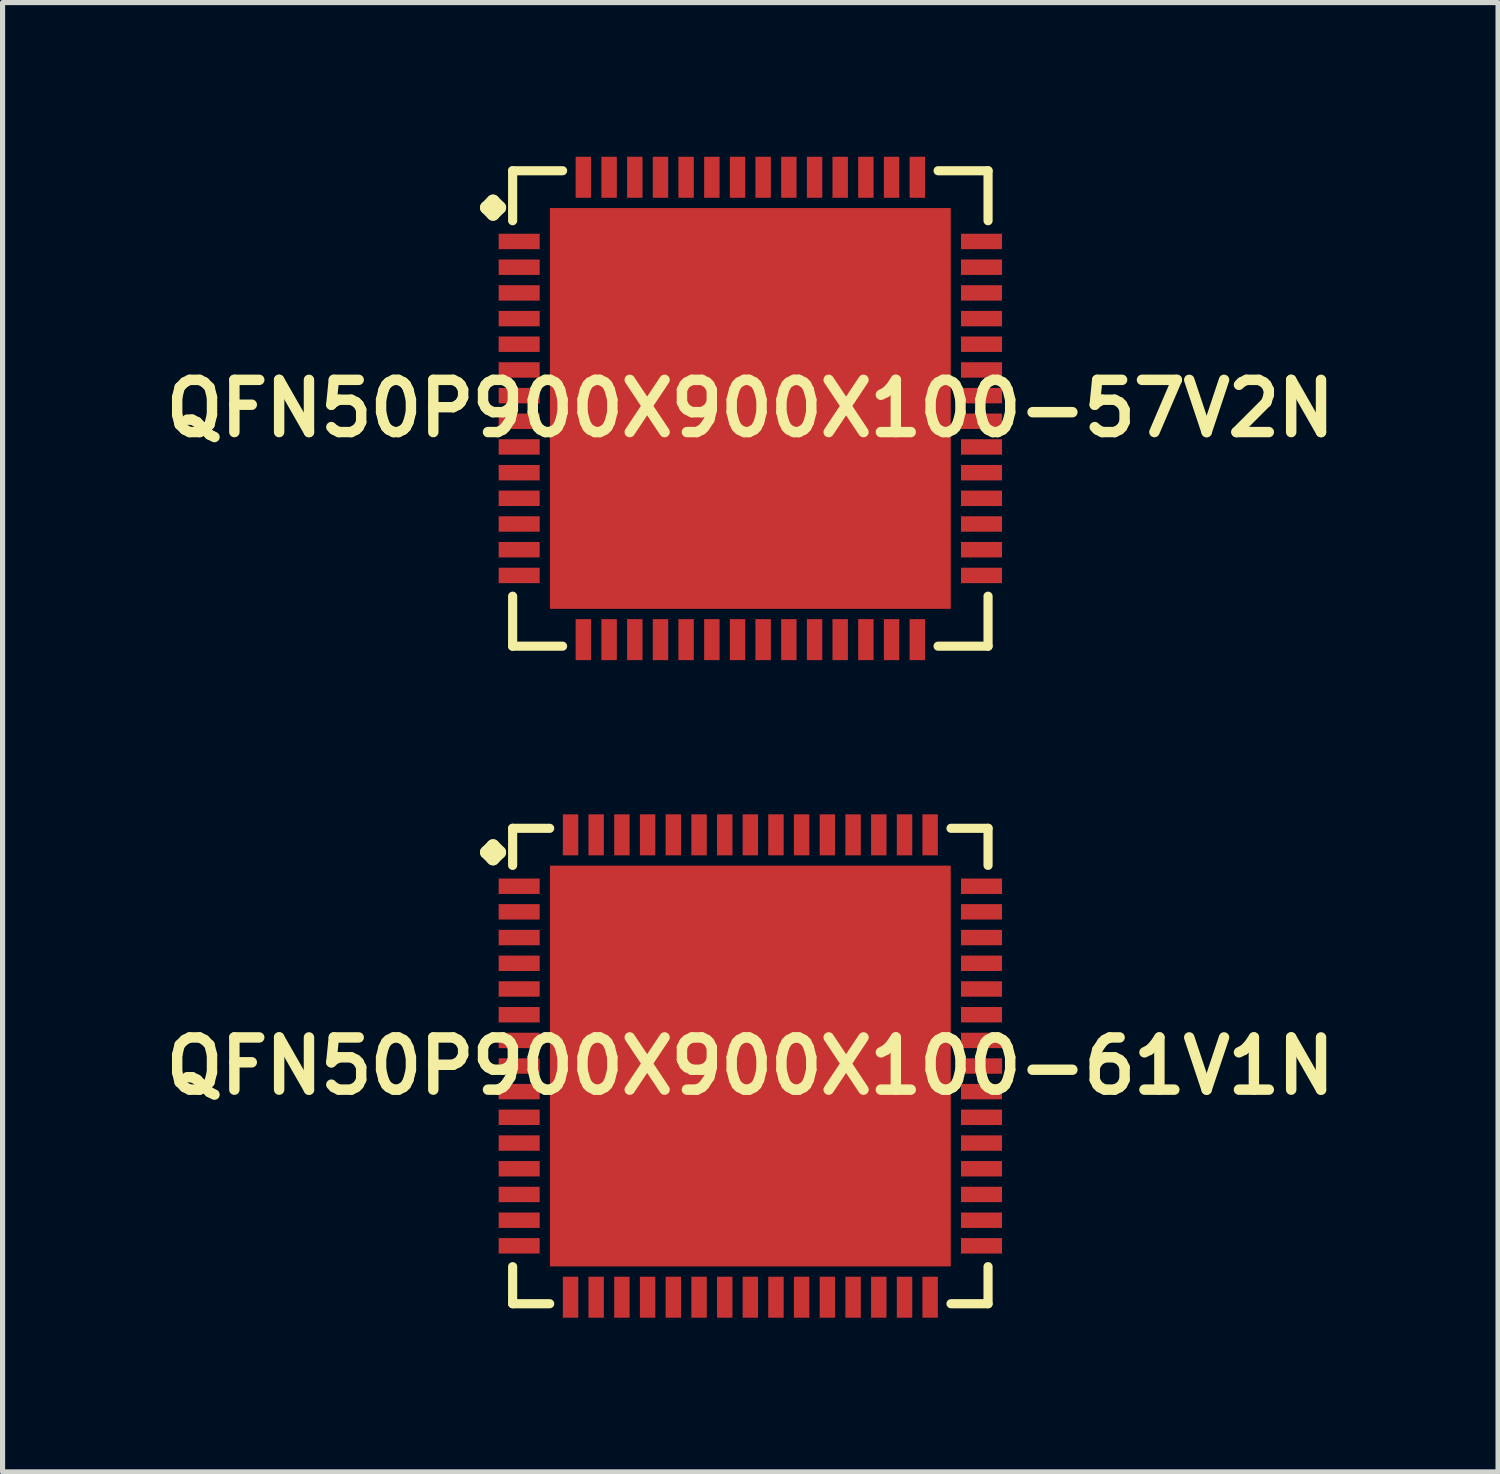
<source format=kicad_pcb>
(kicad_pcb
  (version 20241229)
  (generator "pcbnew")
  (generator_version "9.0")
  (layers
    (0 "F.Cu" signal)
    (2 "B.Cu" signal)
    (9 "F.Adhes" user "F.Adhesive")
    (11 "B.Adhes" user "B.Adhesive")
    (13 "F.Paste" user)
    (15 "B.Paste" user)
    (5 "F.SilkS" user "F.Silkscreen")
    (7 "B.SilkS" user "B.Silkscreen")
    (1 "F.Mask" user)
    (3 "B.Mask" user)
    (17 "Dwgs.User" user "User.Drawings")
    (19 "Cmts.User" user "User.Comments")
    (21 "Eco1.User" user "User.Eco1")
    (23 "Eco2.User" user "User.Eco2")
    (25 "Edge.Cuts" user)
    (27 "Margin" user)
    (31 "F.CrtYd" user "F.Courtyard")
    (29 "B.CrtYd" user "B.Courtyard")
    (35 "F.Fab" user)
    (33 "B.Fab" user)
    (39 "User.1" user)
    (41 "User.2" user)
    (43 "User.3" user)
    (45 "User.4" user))
  (footprint "QFN50P900X900X100-61V1N"
    (layer "F.Cu")
    (at 11.549 17.691)
    (property "Reference" "QFN50P900X900X100-61V1N" (at 0 0 0) (layer "F.SilkS") (effects (font (size 1.016 1.016) (thickness 0.203))))
    (attr smd)
    (fp_line (start -5.133 -4.158) (end -5.006 -4.285) (stroke (width 0.254) (type solid)) (layer "F.SilkS"))
    (fp_line (start -5.006 -4.285) (end -4.879 -4.158) (stroke (width 0.254) (type solid)) (layer "F.SilkS"))
    (fp_line (start -5.006 -4.031) (end -5.133 -4.158) (stroke (width 0.254) (type solid)) (layer "F.SilkS"))
    (fp_line (start -4.879 -4.158) (end -5.006 -4.031) (stroke (width 0.254) (type solid)) (layer "F.SilkS"))
    (fp_line (start -4.625 -4.625) (end -3.904 -4.625) (stroke (width 0.178) (type solid)) (layer "F.SilkS"))
    (fp_line (start -4.625 -3.904) (end -4.625 -4.625) (stroke (width 0.178) (type solid)) (layer "F.SilkS"))
    (fp_line (start -4.625 3.904) (end -4.625 4.625) (stroke (width 0.178) (type solid)) (layer "F.SilkS"))
    (fp_line (start -4.625 4.625) (end -3.904 4.625) (stroke (width 0.178) (type solid)) (layer "F.SilkS"))
    (fp_line (start 3.904 -4.625) (end 4.625 -4.625) (stroke (width 0.178) (type solid)) (layer "F.SilkS"))
    (fp_line (start 3.904 4.625) (end 4.625 4.625) (stroke (width 0.178) (type solid)) (layer "F.SilkS"))
    (fp_line (start 4.625 -4.625) (end 4.625 -3.904) (stroke (width 0.178) (type solid)) (layer "F.SilkS"))
    (fp_line (start 4.625 4.625) (end 4.625 3.904) (stroke (width 0.178) (type solid)) (layer "F.SilkS"))
    (pad "1" smd rect (at -4.498 -3.498) (size 0.798 0.3) (layers "F.Cu" "F.Mask" "F.Paste"))
    (pad "2" smd rect (at -4.498 -3) (size 0.798 0.3) (layers "F.Cu" "F.Mask" "F.Paste"))
    (pad "3" smd rect (at -4.498 -2.499) (size 0.798 0.3) (layers "F.Cu" "F.Mask" "F.Paste"))
    (pad "4" smd rect (at -4.498 -1.999) (size 0.798 0.3) (layers "F.Cu" "F.Mask" "F.Paste"))
    (pad "5" smd rect (at -4.498 -1.499) (size 0.798 0.3) (layers "F.Cu" "F.Mask" "F.Paste"))
    (pad "6" smd rect (at -4.498 -0.998) (size 0.798 0.3) (layers "F.Cu" "F.Mask" "F.Paste"))
    (pad "7" smd rect (at -4.498 -0.498) (size 0.798 0.3) (layers "F.Cu" "F.Mask" "F.Paste"))
    (pad "8" smd rect (at -4.498 0) (size 0.798 0.3) (layers "F.Cu" "F.Mask" "F.Paste"))
    (pad "9" smd rect (at -4.498 0.498) (size 0.798 0.3) (layers "F.Cu" "F.Mask" "F.Paste"))
    (pad "10" smd rect (at -4.498 0.998) (size 0.798 0.3) (layers "F.Cu" "F.Mask" "F.Paste"))
    (pad "11" smd rect (at -4.498 1.499) (size 0.798 0.3) (layers "F.Cu" "F.Mask" "F.Paste"))
    (pad "12" smd rect (at -4.498 1.999) (size 0.798 0.3) (layers "F.Cu" "F.Mask" "F.Paste"))
    (pad "13" smd rect (at -4.498 2.499) (size 0.798 0.3) (layers "F.Cu" "F.Mask" "F.Paste"))
    (pad "14" smd rect (at -4.498 3) (size 0.798 0.3) (layers "F.Cu" "F.Mask" "F.Paste"))
    (pad "15" smd rect (at -4.498 3.498) (size 0.798 0.3) (layers "F.Cu" "F.Mask" "F.Paste"))
    (pad "16" smd rect (at -3.498 4.498) (size 0.3 0.798) (layers "F.Cu" "F.Mask" "F.Paste"))
    (pad "17" smd rect (at -3 4.498) (size 0.3 0.798) (layers "F.Cu" "F.Mask" "F.Paste"))
    (pad "18" smd rect (at -2.499 4.498) (size 0.3 0.798) (layers "F.Cu" "F.Mask" "F.Paste"))
    (pad "19" smd rect (at -1.999 4.498) (size 0.3 0.798) (layers "F.Cu" "F.Mask" "F.Paste"))
    (pad "20" smd rect (at -1.499 4.498) (size 0.3 0.798) (layers "F.Cu" "F.Mask" "F.Paste"))
    (pad "21" smd rect (at -0.998 4.498) (size 0.3 0.798) (layers "F.Cu" "F.Mask" "F.Paste"))
    (pad "22" smd rect (at -0.498 4.498) (size 0.3 0.798) (layers "F.Cu" "F.Mask" "F.Paste"))
    (pad "23" smd rect (at 0 4.498) (size 0.3 0.798) (layers "F.Cu" "F.Mask" "F.Paste"))
    (pad "24" smd rect (at 0.498 4.498) (size 0.3 0.798) (layers "F.Cu" "F.Mask" "F.Paste"))
    (pad "25" smd rect (at 0.998 4.498) (size 0.3 0.798) (layers "F.Cu" "F.Mask" "F.Paste"))
    (pad "26" smd rect (at 1.499 4.498) (size 0.3 0.798) (layers "F.Cu" "F.Mask" "F.Paste"))
    (pad "27" smd rect (at 1.999 4.498) (size 0.3 0.798) (layers "F.Cu" "F.Mask" "F.Paste"))
    (pad "28" smd rect (at 2.499 4.498) (size 0.3 0.798) (layers "F.Cu" "F.Mask" "F.Paste"))
    (pad "29" smd rect (at 3 4.498) (size 0.3 0.798) (layers "F.Cu" "F.Mask" "F.Paste"))
    (pad "30" smd rect (at 3.498 4.498) (size 0.3 0.798) (layers "F.Cu" "F.Mask" "F.Paste"))
    (pad "31" smd rect (at 4.498 3.498) (size 0.798 0.3) (layers "F.Cu" "F.Mask" "F.Paste"))
    (pad "32" smd rect (at 4.498 3) (size 0.798 0.3) (layers "F.Cu" "F.Mask" "F.Paste"))
    (pad "33" smd rect (at 4.498 2.499) (size 0.798 0.3) (layers "F.Cu" "F.Mask" "F.Paste"))
    (pad "34" smd rect (at 4.498 1.999) (size 0.798 0.3) (layers "F.Cu" "F.Mask" "F.Paste"))
    (pad "35" smd rect (at 4.498 1.499) (size 0.798 0.3) (layers "F.Cu" "F.Mask" "F.Paste"))
    (pad "36" smd rect (at 4.498 0.998) (size 0.798 0.3) (layers "F.Cu" "F.Mask" "F.Paste"))
    (pad "37" smd rect (at 4.498 0.498) (size 0.798 0.3) (layers "F.Cu" "F.Mask" "F.Paste"))
    (pad "38" smd rect (at 4.498 0) (size 0.798 0.3) (layers "F.Cu" "F.Mask" "F.Paste"))
    (pad "39" smd rect (at 4.498 -0.498) (size 0.798 0.3) (layers "F.Cu" "F.Mask" "F.Paste"))
    (pad "40" smd rect (at 4.498 -0.998) (size 0.798 0.3) (layers "F.Cu" "F.Mask" "F.Paste"))
    (pad "41" smd rect (at 4.498 -1.499) (size 0.798 0.3) (layers "F.Cu" "F.Mask" "F.Paste"))
    (pad "42" smd rect (at 4.498 -1.999) (size 0.798 0.3) (layers "F.Cu" "F.Mask" "F.Paste"))
    (pad "43" smd rect (at 4.498 -2.499) (size 0.798 0.3) (layers "F.Cu" "F.Mask" "F.Paste"))
    (pad "44" smd rect (at 4.498 -3) (size 0.798 0.3) (layers "F.Cu" "F.Mask" "F.Paste"))
    (pad "45" smd rect (at 4.498 -3.498) (size 0.798 0.3) (layers "F.Cu" "F.Mask" "F.Paste"))
    (pad "46" smd rect (at 3.498 -4.498) (size 0.3 0.798) (layers "F.Cu" "F.Mask" "F.Paste"))
    (pad "47" smd rect (at 3 -4.498) (size 0.3 0.798) (layers "F.Cu" "F.Mask" "F.Paste"))
    (pad "48" smd rect (at 2.499 -4.498) (size 0.3 0.798) (layers "F.Cu" "F.Mask" "F.Paste"))
    (pad "49" smd rect (at 1.999 -4.498) (size 0.3 0.798) (layers "F.Cu" "F.Mask" "F.Paste"))
    (pad "50" smd rect (at 1.499 -4.498) (size 0.3 0.798) (layers "F.Cu" "F.Mask" "F.Paste"))
    (pad "51" smd rect (at 0.998 -4.498) (size 0.3 0.798) (layers "F.Cu" "F.Mask" "F.Paste"))
    (pad "52" smd rect (at 0.498 -4.498) (size 0.3 0.798) (layers "F.Cu" "F.Mask" "F.Paste"))
    (pad "53" smd rect (at 0 -4.498) (size 0.3 0.798) (layers "F.Cu" "F.Mask" "F.Paste"))
    (pad "54" smd rect (at -0.498 -4.498) (size 0.3 0.798) (layers "F.Cu" "F.Mask" "F.Paste"))
    (pad "55" smd rect (at -0.998 -4.498) (size 0.3 0.798) (layers "F.Cu" "F.Mask" "F.Paste"))
    (pad "56" smd rect (at -1.499 -4.498) (size 0.3 0.798) (layers "F.Cu" "F.Mask" "F.Paste"))
    (pad "57" smd rect (at -1.999 -4.498) (size 0.3 0.798) (layers "F.Cu" "F.Mask" "F.Paste"))
    (pad "58" smd rect (at -2.499 -4.498) (size 0.3 0.798) (layers "F.Cu" "F.Mask" "F.Paste"))
    (pad "59" smd rect (at -3 -4.498) (size 0.3 0.798) (layers "F.Cu" "F.Mask" "F.Paste"))
    (pad "60" smd rect (at -3.498 -4.498) (size 0.3 0.798) (layers "F.Cu" "F.Mask" "F.Paste"))
    (pad "61" smd rect (at 0 0) (size 7.798 7.798) (layers "F.Cu" "F.Mask" "F.Paste")))
  (footprint "QFN50P900X900X100-57V2N"
    (layer "F.Cu")
    (at 11.549 4.897)
    (property "Reference" "QFN50P900X900X100-57V2N" (at 0 0 0) (layer "F.SilkS") (effects (font (size 1.016 1.016) (thickness 0.203))))
    (attr smd)
    (fp_line (start -5.133 -3.907) (end -5.006 -4.034) (stroke (width 0.254) (type solid)) (layer "F.SilkS"))
    (fp_line (start -5.006 -4.034) (end -4.879 -3.907) (stroke (width 0.254) (type solid)) (layer "F.SilkS"))
    (fp_line (start -5.006 -3.78) (end -5.133 -3.907) (stroke (width 0.254) (type solid)) (layer "F.SilkS"))
    (fp_line (start -4.879 -3.907) (end -5.006 -3.78) (stroke (width 0.254) (type solid)) (layer "F.SilkS"))
    (fp_line (start -4.625 -4.625) (end -3.653 -4.625) (stroke (width 0.178) (type solid)) (layer "F.SilkS"))
    (fp_line (start -4.625 -3.653) (end -4.625 -4.625) (stroke (width 0.178) (type solid)) (layer "F.SilkS"))
    (fp_line (start -4.625 3.653) (end -4.625 4.625) (stroke (width 0.178) (type solid)) (layer "F.SilkS"))
    (fp_line (start -4.625 4.625) (end -3.653 4.625) (stroke (width 0.178) (type solid)) (layer "F.SilkS"))
    (fp_line (start 3.653 -4.625) (end 4.625 -4.625) (stroke (width 0.178) (type solid)) (layer "F.SilkS"))
    (fp_line (start 3.653 4.625) (end 4.625 4.625) (stroke (width 0.178) (type solid)) (layer "F.SilkS"))
    (fp_line (start 4.625 -4.625) (end 4.625 -3.653) (stroke (width 0.178) (type solid)) (layer "F.SilkS"))
    (fp_line (start 4.625 4.625) (end 4.625 3.653) (stroke (width 0.178) (type solid)) (layer "F.SilkS"))
    (pad "1" smd rect (at -4.498 -3.249) (size 0.798 0.3) (layers "F.Cu" "F.Mask" "F.Paste"))
    (pad "2" smd rect (at -4.498 -2.748) (size 0.798 0.3) (layers "F.Cu" "F.Mask" "F.Paste"))
    (pad "3" smd rect (at -4.498 -2.248) (size 0.798 0.3) (layers "F.Cu" "F.Mask" "F.Paste"))
    (pad "4" smd rect (at -4.498 -1.748) (size 0.798 0.3) (layers "F.Cu" "F.Mask" "F.Paste"))
    (pad "5" smd rect (at -4.498 -1.25) (size 0.798 0.3) (layers "F.Cu" "F.Mask" "F.Paste"))
    (pad "6" smd rect (at -4.498 -0.749) (size 0.798 0.3) (layers "F.Cu" "F.Mask" "F.Paste"))
    (pad "7" smd rect (at -4.498 -0.249) (size 0.798 0.3) (layers "F.Cu" "F.Mask" "F.Paste"))
    (pad "8" smd rect (at -4.498 0.249) (size 0.798 0.3) (layers "F.Cu" "F.Mask" "F.Paste"))
    (pad "9" smd rect (at -4.498 0.749) (size 0.798 0.3) (layers "F.Cu" "F.Mask" "F.Paste"))
    (pad "10" smd rect (at -4.498 1.25) (size 0.798 0.3) (layers "F.Cu" "F.Mask" "F.Paste"))
    (pad "11" smd rect (at -4.498 1.748) (size 0.798 0.3) (layers "F.Cu" "F.Mask" "F.Paste"))
    (pad "12" smd rect (at -4.498 2.248) (size 0.798 0.3) (layers "F.Cu" "F.Mask" "F.Paste"))
    (pad "13" smd rect (at -4.498 2.748) (size 0.798 0.3) (layers "F.Cu" "F.Mask" "F.Paste"))
    (pad "14" smd rect (at -4.498 3.249) (size 0.798 0.3) (layers "F.Cu" "F.Mask" "F.Paste"))
    (pad "15" smd rect (at -3.249 4.498) (size 0.3 0.798) (layers "F.Cu" "F.Mask" "F.Paste"))
    (pad "16" smd rect (at -2.748 4.498) (size 0.3 0.798) (layers "F.Cu" "F.Mask" "F.Paste"))
    (pad "17" smd rect (at -2.248 4.498) (size 0.3 0.798) (layers "F.Cu" "F.Mask" "F.Paste"))
    (pad "18" smd rect (at -1.748 4.498) (size 0.3 0.798) (layers "F.Cu" "F.Mask" "F.Paste"))
    (pad "19" smd rect (at -1.25 4.498) (size 0.3 0.798) (layers "F.Cu" "F.Mask" "F.Paste"))
    (pad "20" smd rect (at -0.749 4.498) (size 0.3 0.798) (layers "F.Cu" "F.Mask" "F.Paste"))
    (pad "21" smd rect (at -0.249 4.498) (size 0.3 0.798) (layers "F.Cu" "F.Mask" "F.Paste"))
    (pad "22" smd rect (at 0.249 4.498) (size 0.3 0.798) (layers "F.Cu" "F.Mask" "F.Paste"))
    (pad "23" smd rect (at 0.749 4.498) (size 0.3 0.798) (layers "F.Cu" "F.Mask" "F.Paste"))
    (pad "24" smd rect (at 1.25 4.498) (size 0.3 0.798) (layers "F.Cu" "F.Mask" "F.Paste"))
    (pad "25" smd rect (at 1.748 4.498) (size 0.3 0.798) (layers "F.Cu" "F.Mask" "F.Paste"))
    (pad "26" smd rect (at 2.248 4.498) (size 0.3 0.798) (layers "F.Cu" "F.Mask" "F.Paste"))
    (pad "27" smd rect (at 2.748 4.498) (size 0.3 0.798) (layers "F.Cu" "F.Mask" "F.Paste"))
    (pad "28" smd rect (at 3.249 4.498) (size 0.3 0.798) (layers "F.Cu" "F.Mask" "F.Paste"))
    (pad "29" smd rect (at 4.498 3.249) (size 0.798 0.3) (layers "F.Cu" "F.Mask" "F.Paste"))
    (pad "30" smd rect (at 4.498 2.748) (size 0.798 0.3) (layers "F.Cu" "F.Mask" "F.Paste"))
    (pad "31" smd rect (at 4.498 2.248) (size 0.798 0.3) (layers "F.Cu" "F.Mask" "F.Paste"))
    (pad "32" smd rect (at 4.498 1.748) (size 0.798 0.3) (layers "F.Cu" "F.Mask" "F.Paste"))
    (pad "33" smd rect (at 4.498 1.25) (size 0.798 0.3) (layers "F.Cu" "F.Mask" "F.Paste"))
    (pad "34" smd rect (at 4.498 0.749) (size 0.798 0.3) (layers "F.Cu" "F.Mask" "F.Paste"))
    (pad "35" smd rect (at 4.498 0.249) (size 0.798 0.3) (layers "F.Cu" "F.Mask" "F.Paste"))
    (pad "36" smd rect (at 4.498 -0.249) (size 0.798 0.3) (layers "F.Cu" "F.Mask" "F.Paste"))
    (pad "37" smd rect (at 4.498 -0.749) (size 0.798 0.3) (layers "F.Cu" "F.Mask" "F.Paste"))
    (pad "38" smd rect (at 4.498 -1.25) (size 0.798 0.3) (layers "F.Cu" "F.Mask" "F.Paste"))
    (pad "39" smd rect (at 4.498 -1.748) (size 0.798 0.3) (layers "F.Cu" "F.Mask" "F.Paste"))
    (pad "40" smd rect (at 4.498 -2.248) (size 0.798 0.3) (layers "F.Cu" "F.Mask" "F.Paste"))
    (pad "41" smd rect (at 4.498 -2.748) (size 0.798 0.3) (layers "F.Cu" "F.Mask" "F.Paste"))
    (pad "42" smd rect (at 4.498 -3.249) (size 0.798 0.3) (layers "F.Cu" "F.Mask" "F.Paste"))
    (pad "43" smd rect (at 3.249 -4.498) (size 0.3 0.798) (layers "F.Cu" "F.Mask" "F.Paste"))
    (pad "44" smd rect (at 2.748 -4.498) (size 0.3 0.798) (layers "F.Cu" "F.Mask" "F.Paste"))
    (pad "45" smd rect (at 2.248 -4.498) (size 0.3 0.798) (layers "F.Cu" "F.Mask" "F.Paste"))
    (pad "46" smd rect (at 1.748 -4.498) (size 0.3 0.798) (layers "F.Cu" "F.Mask" "F.Paste"))
    (pad "47" smd rect (at 1.25 -4.498) (size 0.3 0.798) (layers "F.Cu" "F.Mask" "F.Paste"))
    (pad "48" smd rect (at 0.749 -4.498) (size 0.3 0.798) (layers "F.Cu" "F.Mask" "F.Paste"))
    (pad "49" smd rect (at 0.249 -4.498) (size 0.3 0.798) (layers "F.Cu" "F.Mask" "F.Paste"))
    (pad "50" smd rect (at -0.249 -4.498) (size 0.3 0.798) (layers "F.Cu" "F.Mask" "F.Paste"))
    (pad "51" smd rect (at -0.749 -4.498) (size 0.3 0.798) (layers "F.Cu" "F.Mask" "F.Paste"))
    (pad "52" smd rect (at -1.25 -4.498) (size 0.3 0.798) (layers "F.Cu" "F.Mask" "F.Paste"))
    (pad "53" smd rect (at -1.748 -4.498) (size 0.3 0.798) (layers "F.Cu" "F.Mask" "F.Paste"))
    (pad "54" smd rect (at -2.248 -4.498) (size 0.3 0.798) (layers "F.Cu" "F.Mask" "F.Paste"))
    (pad "55" smd rect (at -2.748 -4.498) (size 0.3 0.798) (layers "F.Cu" "F.Mask" "F.Paste"))
    (pad "56" smd rect (at -3.249 -4.498) (size 0.3 0.798) (layers "F.Cu" "F.Mask" "F.Paste"))
    (pad "57" smd rect (at 0 0) (size 7.798 7.798) (layers "F.Cu" "F.Mask" "F.Paste")))
  (gr_rect
    (start -3 -3)
    (end 26.097 25.588)
    (stroke (width 0.1) (type default))
    (fill no)
    (layer "Edge.Cuts")))
</source>
